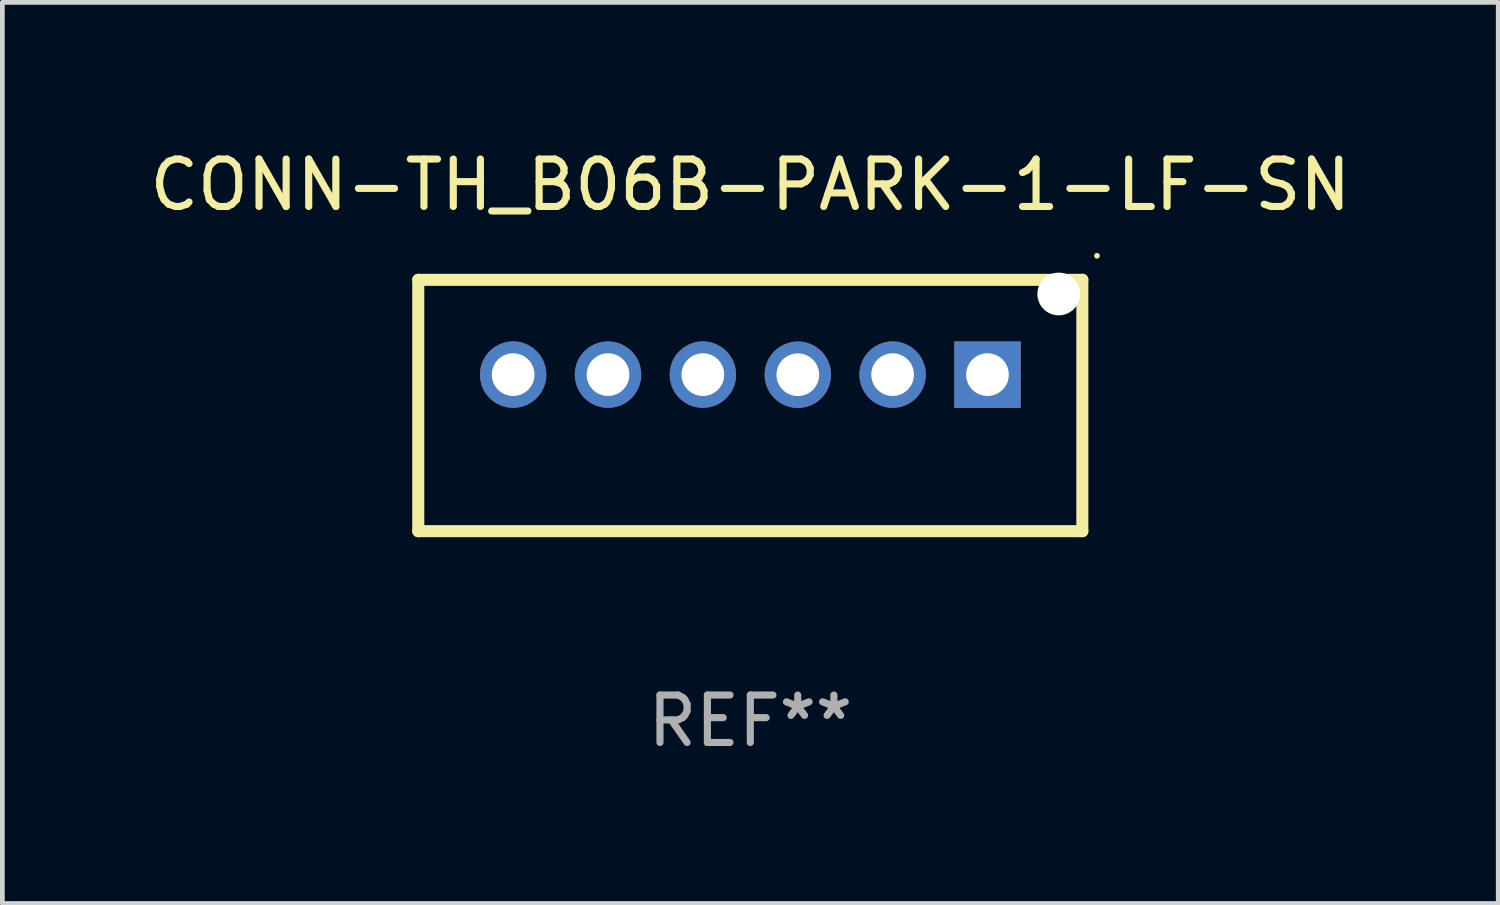
<source format=kicad_pcb>
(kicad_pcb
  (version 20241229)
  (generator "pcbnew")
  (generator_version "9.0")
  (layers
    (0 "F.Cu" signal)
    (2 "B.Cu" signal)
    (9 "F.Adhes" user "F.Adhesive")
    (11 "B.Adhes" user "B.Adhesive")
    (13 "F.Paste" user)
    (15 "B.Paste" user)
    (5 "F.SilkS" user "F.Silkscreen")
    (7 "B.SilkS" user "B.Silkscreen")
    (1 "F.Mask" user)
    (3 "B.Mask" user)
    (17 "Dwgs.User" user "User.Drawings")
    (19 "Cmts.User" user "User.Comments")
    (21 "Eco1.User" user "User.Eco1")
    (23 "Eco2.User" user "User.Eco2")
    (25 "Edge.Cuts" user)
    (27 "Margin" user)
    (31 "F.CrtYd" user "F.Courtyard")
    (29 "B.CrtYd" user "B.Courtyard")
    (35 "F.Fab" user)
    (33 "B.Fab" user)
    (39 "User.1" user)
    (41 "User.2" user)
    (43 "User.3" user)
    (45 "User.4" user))
  (footprint "CONN-TH_B06B-PARK-1-LF-SN"
    (layer "F.Cu")
    (at 12.768 4.849)
    (property "Reference" "CONN-TH_B06B-PARK-1-LF-SN" (at 0.000241 -4.001 0) (layer "F.SilkS") (effects (font (size 1 1) (thickness 0.15))))
    (attr through_hole)
    (fp_line (start -7 -2) (end 7 -2) (stroke (width 0.254) (type solid)) (layer "F.SilkS"))
    (fp_line (start -7 3.299) (end -7 -2) (stroke (width 0.254) (type solid)) (layer "F.SilkS"))
    (fp_line (start -7 3.299) (end 7 3.299) (stroke (width 0.254) (type solid)) (layer "F.SilkS"))
    (fp_line (start 7 -2.001) (end 7 3.299) (stroke (width 0.254) (type solid)) (layer "F.SilkS"))
    (fp_circle (center 7.308 -2.506) (end 7.338 -2.506) (stroke (width 0.06) (type solid)) (fill no) (layer "F.SilkS"))
    (fp_text user "REF**" (at 0.000241 7.299 0) (layer "F.Fab") (effects (font (size 1 1) (thickness 0.15))))
    (pad "" np_thru_hole circle (at 6.502 -1.701) (size 0.9 0.9) (drill 0.9) (layers "*.Cu" "*.Mask"))
    (pad "1" thru_hole rect (at 5 -0.001 180) (size 1.4 1.4) (drill 0.9) (layers "*.Cu" "*.Mask"))
    (pad "2" thru_hole circle (at 3 -0.001) (size 1.4 1.4) (drill 0.9) (layers "*.Cu" "*.Mask"))
    (pad "3" thru_hole circle (at 1.002 0.001) (size 1.4 1.4) (drill 0.9) (layers "*.Cu" "*.Mask"))
    (pad "4" thru_hole circle (at -1 -0.001) (size 1.4 1.4) (drill 0.9) (layers "*.Cu" "*.Mask"))
    (pad "5" thru_hole circle (at -3 -0.001) (size 1.4 1.4) (drill 0.9) (layers "*.Cu" "*.Mask"))
    (pad "6" thru_hole circle (at -5 -0.001) (size 1.4 1.4) (drill 0.9) (layers "*.Cu" "*.Mask")))
  (gr_rect
    (start -3 -3)
    (end 28.536 15.997)
    (stroke (width 0.1) (type default))
    (fill no)
    (layer "Edge.Cuts")))
</source>
